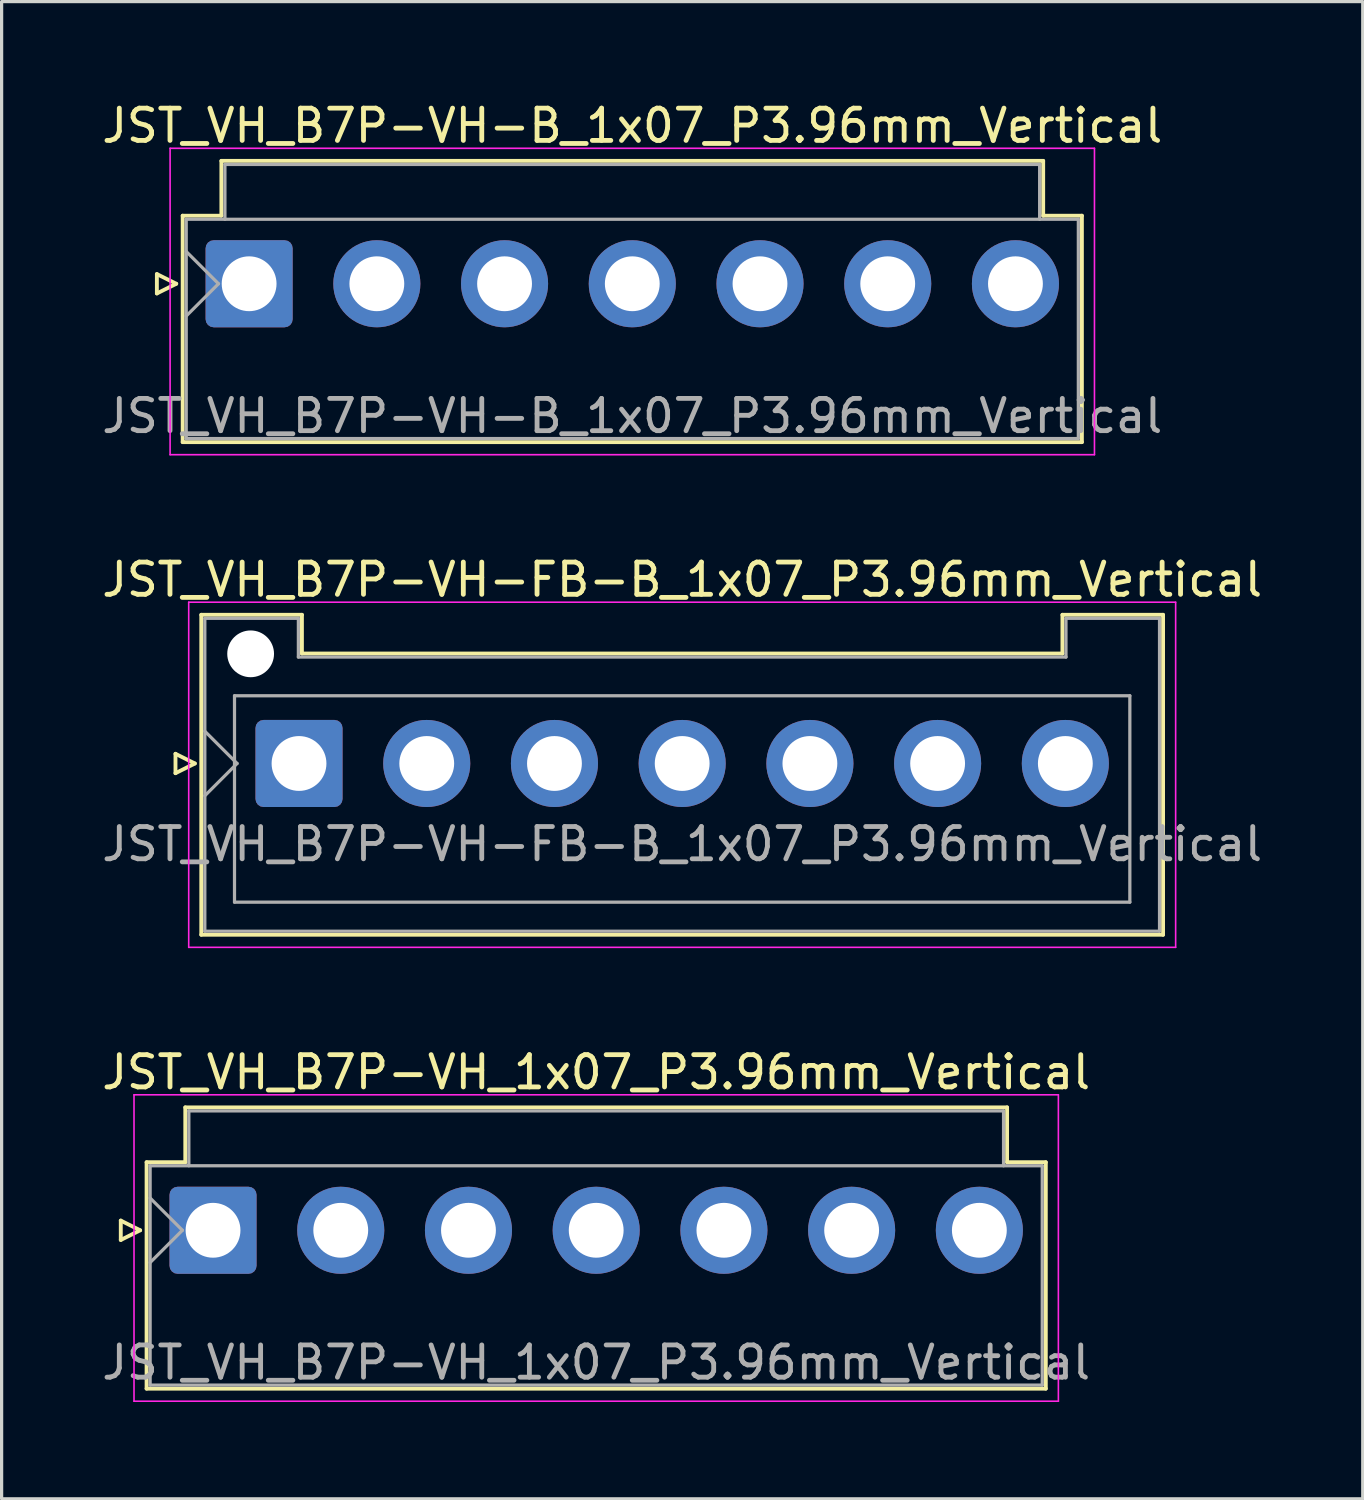
<source format=kicad_pcb>
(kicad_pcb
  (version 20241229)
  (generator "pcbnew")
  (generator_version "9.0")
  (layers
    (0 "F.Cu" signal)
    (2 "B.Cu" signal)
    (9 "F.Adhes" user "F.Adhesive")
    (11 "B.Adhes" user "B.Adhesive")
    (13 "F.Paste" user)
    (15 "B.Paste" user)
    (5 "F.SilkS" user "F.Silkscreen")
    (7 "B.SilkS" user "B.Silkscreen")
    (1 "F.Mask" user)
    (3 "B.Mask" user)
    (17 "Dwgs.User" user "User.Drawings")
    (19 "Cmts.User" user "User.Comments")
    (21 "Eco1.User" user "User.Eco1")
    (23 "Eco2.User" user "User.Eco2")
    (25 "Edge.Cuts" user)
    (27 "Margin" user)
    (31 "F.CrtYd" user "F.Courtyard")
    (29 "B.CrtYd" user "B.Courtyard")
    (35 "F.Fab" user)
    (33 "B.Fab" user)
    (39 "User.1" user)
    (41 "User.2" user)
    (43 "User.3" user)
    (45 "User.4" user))
  (footprint "JST_VH_B7P-VH-FB-B_1x07_P3.96mm_Vertical"
    (layer "F.Cu")
    (at 6.221 20.622)
    (property "Reference" "JST_VH_B7P-VH-FB-B_1x07_P3.96mm_Vertical" (at 11.88 -5.7 0) (layer "F.SilkS") (effects (font (size 1 1) (thickness 0.15))))
    (attr through_hole)
    (fp_line (start -3.83 -0.3) (end -3.23 0) (stroke (width 0.12) (type solid)) (layer "F.SilkS"))
    (fp_line (start -3.83 0.3) (end -3.83 -0.3) (stroke (width 0.12) (type solid)) (layer "F.SilkS"))
    (fp_line (start -3.23 0) (end -3.83 0.3) (stroke (width 0.12) (type solid)) (layer "F.SilkS"))
    (fp_line (start -3.03 -4.61) (end 0.09 -4.61) (stroke (width 0.12) (type solid)) (layer "F.SilkS"))
    (fp_line (start -3.03 5.31) (end -3.03 -4.61) (stroke (width 0.12) (type solid)) (layer "F.SilkS"))
    (fp_line (start 0.09 -4.61) (end 0.09 -3.41) (stroke (width 0.12) (type solid)) (layer "F.SilkS"))
    (fp_line (start 0.09 -3.41) (end 23.67 -3.41) (stroke (width 0.12) (type solid)) (layer "F.SilkS"))
    (fp_line (start 23.67 -4.61) (end 26.79 -4.61) (stroke (width 0.12) (type solid)) (layer "F.SilkS"))
    (fp_line (start 23.67 -3.41) (end 23.67 -4.61) (stroke (width 0.12) (type solid)) (layer "F.SilkS"))
    (fp_line (start 26.79 -4.61) (end 26.79 5.31) (stroke (width 0.12) (type solid)) (layer "F.SilkS"))
    (fp_line (start 26.79 5.31) (end -3.03 5.31) (stroke (width 0.12) (type solid)) (layer "F.SilkS"))
    (fp_line (start -3.42 -5) (end -3.42 5.7) (stroke (width 0.05) (type solid)) (layer "F.CrtYd"))
    (fp_line (start -3.42 5.7) (end 27.18 5.7) (stroke (width 0.05) (type solid)) (layer "F.CrtYd"))
    (fp_line (start 27.18 -5) (end -3.42 -5) (stroke (width 0.05) (type solid)) (layer "F.CrtYd"))
    (fp_line (start 27.18 5.7) (end 27.18 -5) (stroke (width 0.05) (type solid)) (layer "F.CrtYd"))
    (fp_line (start -2.92 -4.5) (end -0.02 -4.5) (stroke (width 0.1) (type solid)) (layer "F.Fab"))
    (fp_line (start -2.92 -1) (end -1.92 0) (stroke (width 0.1) (type solid)) (layer "F.Fab"))
    (fp_line (start -2.92 1) (end -1.92 0) (stroke (width 0.1) (type solid)) (layer "F.Fab"))
    (fp_line (start -2.92 5.2) (end -2.92 -4.5) (stroke (width 0.1) (type solid)) (layer "F.Fab"))
    (fp_line (start -2 -2.1) (end 25.76 -2.1) (stroke (width 0.1) (type solid)) (layer "F.Fab"))
    (fp_line (start -2 4.3) (end -2 -2.1) (stroke (width 0.1) (type solid)) (layer "F.Fab"))
    (fp_line (start -0.02 -4.5) (end -0.02 -3.3) (stroke (width 0.1) (type solid)) (layer "F.Fab"))
    (fp_line (start -0.02 -3.3) (end 23.78 -3.3) (stroke (width 0.1) (type solid)) (layer "F.Fab"))
    (fp_line (start 23.78 -4.5) (end 26.68 -4.5) (stroke (width 0.1) (type solid)) (layer "F.Fab"))
    (fp_line (start 23.78 -3.3) (end 23.78 -4.5) (stroke (width 0.1) (type solid)) (layer "F.Fab"))
    (fp_line (start 25.76 -2.1) (end 25.76 4.3) (stroke (width 0.1) (type solid)) (layer "F.Fab"))
    (fp_line (start 25.76 4.3) (end -2 4.3) (stroke (width 0.1) (type solid)) (layer "F.Fab"))
    (fp_line (start 26.68 -4.5) (end 26.68 5.2) (stroke (width 0.1) (type solid)) (layer "F.Fab"))
    (fp_line (start 26.68 5.2) (end -2.92 5.2) (stroke (width 0.1) (type solid)) (layer "F.Fab"))
    (fp_text user "${REFERENCE}" (at 11.88 2.5 0) (layer "F.Fab") (effects (font (size 1 1) (thickness 0.15))))
    (pad "" np_thru_hole circle (at -1.5 -3.4) (size 1.45 1.45) (drill 1.45) (layers "*.Cu" "*.Mask"))
    (pad "1" thru_hole roundrect (at 0 0) (size 2.7 2.7) (drill 1.7) (layers "*.Cu" "*.Mask") (roundrect_rratio 0.093))
    (pad "2" thru_hole circle (at 3.96 0) (size 2.7 2.7) (drill 1.7) (layers "*.Cu" "*.Mask"))
    (pad "3" thru_hole circle (at 7.92 0) (size 2.7 2.7) (drill 1.7) (layers "*.Cu" "*.Mask"))
    (pad "4" thru_hole circle (at 11.88 0) (size 2.7 2.7) (drill 1.7) (layers "*.Cu" "*.Mask"))
    (pad "5" thru_hole circle (at 15.84 0) (size 2.7 2.7) (drill 1.7) (layers "*.Cu" "*.Mask"))
    (pad "6" thru_hole circle (at 19.8 0) (size 2.7 2.7) (drill 1.7) (layers "*.Cu" "*.Mask"))
    (pad "7" thru_hole circle (at 23.76 0) (size 2.7 2.7) (drill 1.7) (layers "*.Cu" "*.Mask")))
  (footprint "JST_VH_B7P-VH_1x07_P3.96mm_Vertical"
    (layer "F.Cu")
    (at 3.555 35.095)
    (property "Reference" "JST_VH_B7P-VH_1x07_P3.96mm_Vertical" (at 11.88 -4.9 0) (layer "F.SilkS") (effects (font (size 1 1) (thickness 0.15))))
    (attr through_hole)
    (fp_line (start -2.86 -0.3) (end -2.26 0) (stroke (width 0.12) (type solid)) (layer "F.SilkS"))
    (fp_line (start -2.86 0.3) (end -2.86 -0.3) (stroke (width 0.12) (type solid)) (layer "F.SilkS"))
    (fp_line (start -2.26 0) (end -2.86 0.3) (stroke (width 0.12) (type solid)) (layer "F.SilkS"))
    (fp_line (start -2.06 -2.11) (end -0.86 -2.11) (stroke (width 0.12) (type solid)) (layer "F.SilkS"))
    (fp_line (start -2.06 4.91) (end -2.06 -2.11) (stroke (width 0.12) (type solid)) (layer "F.SilkS"))
    (fp_line (start -0.86 -3.81) (end 24.62 -3.81) (stroke (width 0.12) (type solid)) (layer "F.SilkS"))
    (fp_line (start -0.86 -2.11) (end -0.86 -3.81) (stroke (width 0.12) (type solid)) (layer "F.SilkS"))
    (fp_line (start 24.62 -3.81) (end 24.62 -2.11) (stroke (width 0.12) (type solid)) (layer "F.SilkS"))
    (fp_line (start 24.62 -2.11) (end 25.82 -2.11) (stroke (width 0.12) (type solid)) (layer "F.SilkS"))
    (fp_line (start 25.82 -2.11) (end 25.82 4.91) (stroke (width 0.12) (type solid)) (layer "F.SilkS"))
    (fp_line (start 25.82 4.91) (end -2.06 4.91) (stroke (width 0.12) (type solid)) (layer "F.SilkS"))
    (fp_line (start -2.45 -4.2) (end -2.45 5.3) (stroke (width 0.05) (type solid)) (layer "F.CrtYd"))
    (fp_line (start -2.45 5.3) (end 26.21 5.3) (stroke (width 0.05) (type solid)) (layer "F.CrtYd"))
    (fp_line (start 26.21 -4.2) (end -2.45 -4.2) (stroke (width 0.05) (type solid)) (layer "F.CrtYd"))
    (fp_line (start 26.21 5.3) (end 26.21 -4.2) (stroke (width 0.05) (type solid)) (layer "F.CrtYd"))
    (fp_line (start -1.95 -2) (end -1.95 4.8) (stroke (width 0.1) (type solid)) (layer "F.Fab"))
    (fp_line (start -1.95 -1) (end -0.95 0) (stroke (width 0.1) (type solid)) (layer "F.Fab"))
    (fp_line (start -1.95 1) (end -0.95 0) (stroke (width 0.1) (type solid)) (layer "F.Fab"))
    (fp_line (start -1.95 4.8) (end 25.71 4.8) (stroke (width 0.1) (type solid)) (layer "F.Fab"))
    (fp_line (start -0.75 -3.7) (end 24.51 -3.7) (stroke (width 0.1) (type solid)) (layer "F.Fab"))
    (fp_line (start -0.75 -2) (end -0.75 -3.7) (stroke (width 0.1) (type solid)) (layer "F.Fab"))
    (fp_line (start 24.51 -3.7) (end 24.51 -2) (stroke (width 0.1) (type solid)) (layer "F.Fab"))
    (fp_line (start 25.71 -2) (end -1.95 -2) (stroke (width 0.1) (type solid)) (layer "F.Fab"))
    (fp_line (start 25.71 4.8) (end 25.71 -2) (stroke (width 0.1) (type solid)) (layer "F.Fab"))
    (fp_text user "${REFERENCE}" (at 11.88 4.1 0) (layer "F.Fab") (effects (font (size 1 1) (thickness 0.15))))
    (pad "1" thru_hole roundrect (at 0 0) (size 2.7 2.7) (drill 1.7) (layers "*.Cu" "*.Mask") (roundrect_rratio 0.093))
    (pad "2" thru_hole circle (at 3.96 0) (size 2.7 2.7) (drill 1.7) (layers "*.Cu" "*.Mask"))
    (pad "3" thru_hole circle (at 7.92 0) (size 2.7 2.7) (drill 1.7) (layers "*.Cu" "*.Mask"))
    (pad "4" thru_hole circle (at 11.88 0) (size 2.7 2.7) (drill 1.7) (layers "*.Cu" "*.Mask"))
    (pad "5" thru_hole circle (at 15.84 0) (size 2.7 2.7) (drill 1.7) (layers "*.Cu" "*.Mask"))
    (pad "6" thru_hole circle (at 19.8 0) (size 2.7 2.7) (drill 1.7) (layers "*.Cu" "*.Mask"))
    (pad "7" thru_hole circle (at 23.76 0) (size 2.7 2.7) (drill 1.7) (layers "*.Cu" "*.Mask")))
  (footprint "JST_VH_B7P-VH-B_1x07_P3.96mm_Vertical"
    (layer "F.Cu")
    (at 4.674 5.748)
    (property "Reference" "JST_VH_B7P-VH-B_1x07_P3.96mm_Vertical" (at 11.88 -4.9 0) (layer "F.SilkS") (effects (font (size 1 1) (thickness 0.15))))
    (attr through_hole)
    (fp_line (start -2.86 -0.3) (end -2.26 0) (stroke (width 0.12) (type solid)) (layer "F.SilkS"))
    (fp_line (start -2.86 0.3) (end -2.86 -0.3) (stroke (width 0.12) (type solid)) (layer "F.SilkS"))
    (fp_line (start -2.26 0) (end -2.86 0.3) (stroke (width 0.12) (type solid)) (layer "F.SilkS"))
    (fp_line (start -2.06 -2.11) (end -0.86 -2.11) (stroke (width 0.12) (type solid)) (layer "F.SilkS"))
    (fp_line (start -2.06 4.91) (end -2.06 -2.11) (stroke (width 0.12) (type solid)) (layer "F.SilkS"))
    (fp_line (start -0.86 -3.81) (end 24.62 -3.81) (stroke (width 0.12) (type solid)) (layer "F.SilkS"))
    (fp_line (start -0.86 -2.11) (end -0.86 -3.81) (stroke (width 0.12) (type solid)) (layer "F.SilkS"))
    (fp_line (start 24.62 -3.81) (end 24.62 -2.11) (stroke (width 0.12) (type solid)) (layer "F.SilkS"))
    (fp_line (start 24.62 -2.11) (end 25.82 -2.11) (stroke (width 0.12) (type solid)) (layer "F.SilkS"))
    (fp_line (start 25.82 -2.11) (end 25.82 4.91) (stroke (width 0.12) (type solid)) (layer "F.SilkS"))
    (fp_line (start 25.82 4.91) (end -2.06 4.91) (stroke (width 0.12) (type solid)) (layer "F.SilkS"))
    (fp_line (start -2.45 -4.2) (end -2.45 5.3) (stroke (width 0.05) (type solid)) (layer "F.CrtYd"))
    (fp_line (start -2.45 5.3) (end 26.21 5.3) (stroke (width 0.05) (type solid)) (layer "F.CrtYd"))
    (fp_line (start 26.21 -4.2) (end -2.45 -4.2) (stroke (width 0.05) (type solid)) (layer "F.CrtYd"))
    (fp_line (start 26.21 5.3) (end 26.21 -4.2) (stroke (width 0.05) (type solid)) (layer "F.CrtYd"))
    (fp_line (start -1.95 -2) (end -1.95 4.8) (stroke (width 0.1) (type solid)) (layer "F.Fab"))
    (fp_line (start -1.95 -1) (end -0.95 0) (stroke (width 0.1) (type solid)) (layer "F.Fab"))
    (fp_line (start -1.95 1) (end -0.95 0) (stroke (width 0.1) (type solid)) (layer "F.Fab"))
    (fp_line (start -1.95 4.8) (end 25.71 4.8) (stroke (width 0.1) (type solid)) (layer "F.Fab"))
    (fp_line (start -0.75 -3.7) (end 24.51 -3.7) (stroke (width 0.1) (type solid)) (layer "F.Fab"))
    (fp_line (start -0.75 -2) (end -0.75 -3.7) (stroke (width 0.1) (type solid)) (layer "F.Fab"))
    (fp_line (start 24.51 -3.7) (end 24.51 -2) (stroke (width 0.1) (type solid)) (layer "F.Fab"))
    (fp_line (start 25.71 -2) (end -1.95 -2) (stroke (width 0.1) (type solid)) (layer "F.Fab"))
    (fp_line (start 25.71 4.8) (end 25.71 -2) (stroke (width 0.1) (type solid)) (layer "F.Fab"))
    (fp_text user "${REFERENCE}" (at 11.88 4.1 0) (layer "F.Fab") (effects (font (size 1 1) (thickness 0.15))))
    (pad "1" thru_hole roundrect (at 0 0) (size 2.7 2.7) (drill 1.7) (layers "*.Cu" "*.Mask") (roundrect_rratio 0.093))
    (pad "2" thru_hole circle (at 3.96 0) (size 2.7 2.7) (drill 1.7) (layers "*.Cu" "*.Mask"))
    (pad "3" thru_hole circle (at 7.92 0) (size 2.7 2.7) (drill 1.7) (layers "*.Cu" "*.Mask"))
    (pad "4" thru_hole circle (at 11.88 0) (size 2.7 2.7) (drill 1.7) (layers "*.Cu" "*.Mask"))
    (pad "5" thru_hole circle (at 15.84 0) (size 2.7 2.7) (drill 1.7) (layers "*.Cu" "*.Mask"))
    (pad "6" thru_hole circle (at 19.8 0) (size 2.7 2.7) (drill 1.7) (layers "*.Cu" "*.Mask"))
    (pad "7" thru_hole circle (at 23.76 0) (size 2.7 2.7) (drill 1.7) (layers "*.Cu" "*.Mask")))
  (gr_rect
    (start -3 -3)
    (end 39.202 43.42)
    (stroke (width 0.1) (type default))
    (fill no)
    (layer "Edge.Cuts")))
</source>
